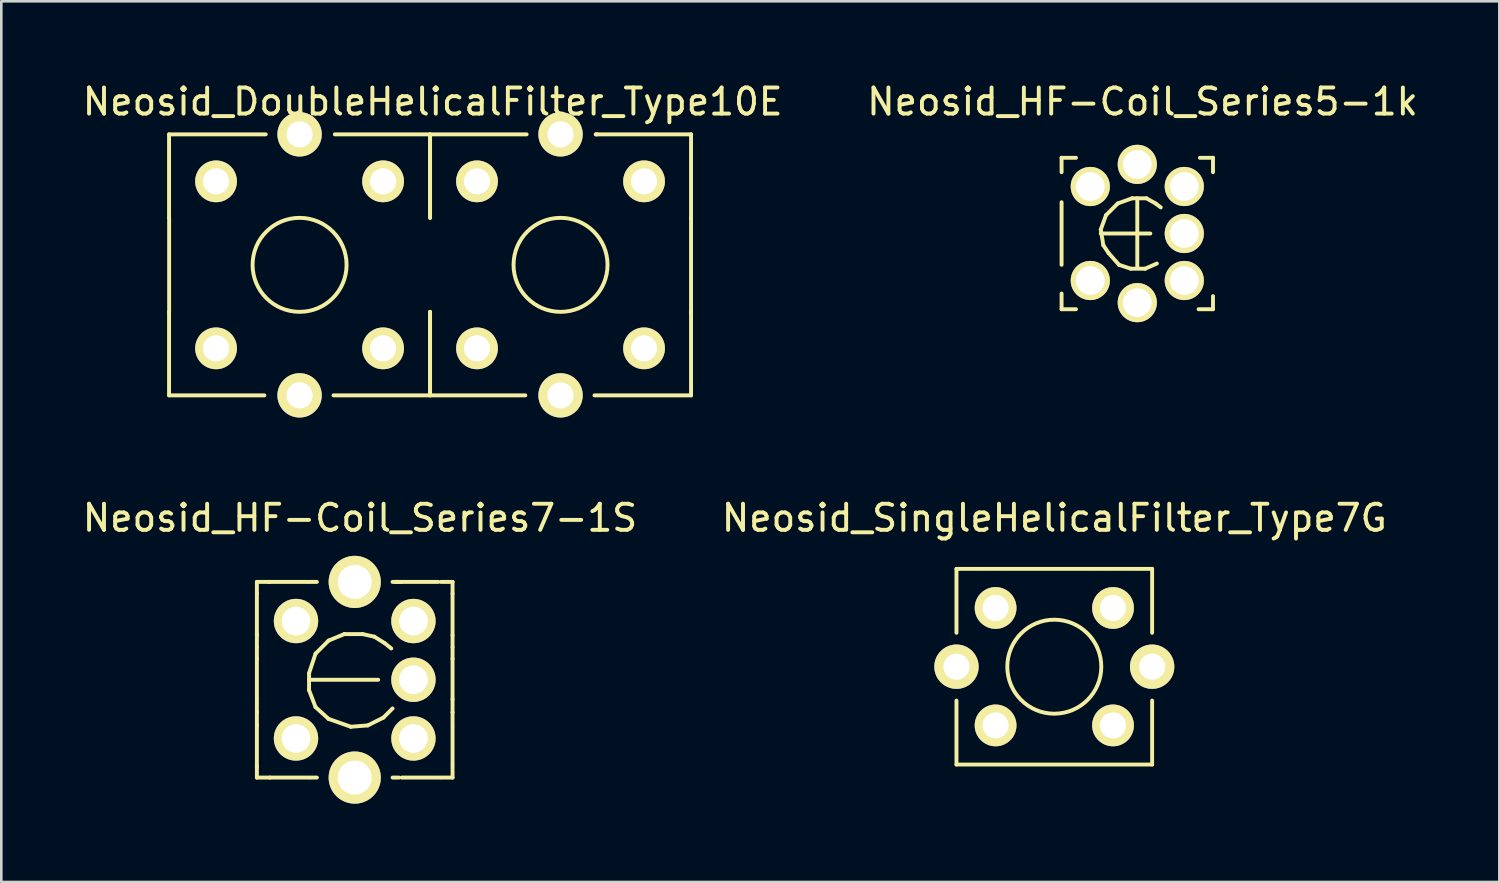
<source format=kicad_pcb>
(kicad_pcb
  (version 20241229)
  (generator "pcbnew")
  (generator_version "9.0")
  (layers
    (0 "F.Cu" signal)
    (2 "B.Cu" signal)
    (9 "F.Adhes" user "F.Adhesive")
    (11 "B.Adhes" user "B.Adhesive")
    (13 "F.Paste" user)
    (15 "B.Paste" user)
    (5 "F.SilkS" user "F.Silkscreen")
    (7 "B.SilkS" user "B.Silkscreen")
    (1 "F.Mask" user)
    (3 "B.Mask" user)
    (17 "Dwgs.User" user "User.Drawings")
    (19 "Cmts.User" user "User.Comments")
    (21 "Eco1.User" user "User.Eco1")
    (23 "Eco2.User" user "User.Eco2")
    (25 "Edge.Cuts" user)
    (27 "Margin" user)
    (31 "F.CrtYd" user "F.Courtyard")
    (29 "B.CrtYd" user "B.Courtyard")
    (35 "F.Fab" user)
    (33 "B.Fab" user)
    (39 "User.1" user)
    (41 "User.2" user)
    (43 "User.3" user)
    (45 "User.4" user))
  (footprint "Neosid_HF-Coil_Series7-1S"
    (layer "F.Cu")
    (at 10.543 22.998)
    (property "Reference" "Neosid_HF-Coil_Series7-1S" (at 0.201 -6.2 0) (layer "F.SilkS") (effects (font (size 1 1) (thickness 0.15))))
    (attr through_hole)
    (fp_line (start -3.749 -3.749) (end -3.749 -3.299) (stroke (width 0.15) (type solid)) (layer "F.SilkS"))
    (fp_line (start -3.749 -3.749) (end -3.251 -3.749) (stroke (width 0.15) (type solid)) (layer "F.SilkS"))
    (fp_line (start -3.749 -3.299) (end -3.749 -1.699) (stroke (width 0.15) (type solid)) (layer "F.SilkS"))
    (fp_line (start -3.749 -1.25) (end -3.749 -1.75) (stroke (width 0.15) (type solid)) (layer "F.SilkS"))
    (fp_line (start -3.749 -1.25) (end -3.749 -0.8) (stroke (width 0.15) (type solid)) (layer "F.SilkS"))
    (fp_line (start -3.749 -0.8) (end -3.749 0.701) (stroke (width 0.15) (type solid)) (layer "F.SilkS"))
    (fp_line (start -3.749 1.25) (end -3.749 0.749) (stroke (width 0.15) (type solid)) (layer "F.SilkS"))
    (fp_line (start -3.749 1.25) (end -3.749 1.75) (stroke (width 0.15) (type solid)) (layer "F.SilkS"))
    (fp_line (start -3.749 1.75) (end -3.749 3.35) (stroke (width 0.15) (type solid)) (layer "F.SilkS"))
    (fp_line (start -3.749 3.749) (end -3.749 3.299) (stroke (width 0.15) (type solid)) (layer "F.SilkS"))
    (fp_line (start -3.749 3.749) (end -3.251 3.749) (stroke (width 0.15) (type solid)) (layer "F.SilkS"))
    (fp_line (start -3.251 3.749) (end -1.75 3.749) (stroke (width 0.15) (type solid)) (layer "F.SilkS"))
    (fp_line (start -1.801 -3.749) (end -3.299 -3.749) (stroke (width 0.15) (type solid)) (layer "F.SilkS"))
    (fp_line (start -1.75 -0.249) (end -1.75 0.399) (stroke (width 0.15) (type solid)) (layer "F.SilkS"))
    (fp_line (start -1.75 0) (end 0.899 0) (stroke (width 0.15) (type solid)) (layer "F.SilkS"))
    (fp_line (start -1.75 0.399) (end -1.501 1.049) (stroke (width 0.15) (type solid)) (layer "F.SilkS"))
    (fp_line (start -1.699 3.749) (end -1.45 3.749) (stroke (width 0.15) (type solid)) (layer "F.SilkS"))
    (fp_line (start -1.501 -1.001) (end -1.75 -0.249) (stroke (width 0.15) (type solid)) (layer "F.SilkS"))
    (fp_line (start -1.501 1.049) (end -1.001 1.501) (stroke (width 0.15) (type solid)) (layer "F.SilkS"))
    (fp_line (start -1.45 -3.749) (end -1.75 -3.749) (stroke (width 0.15) (type solid)) (layer "F.SilkS"))
    (fp_line (start -1.001 -1.501) (end -1.501 -1.001) (stroke (width 0.15) (type solid)) (layer "F.SilkS"))
    (fp_line (start -1.001 1.501) (end -0.15 1.801) (stroke (width 0.15) (type solid)) (layer "F.SilkS"))
    (fp_line (start -0.399 -1.75) (end -1.001 -1.501) (stroke (width 0.15) (type solid)) (layer "F.SilkS"))
    (fp_line (start -0.15 1.801) (end 0.5 1.75) (stroke (width 0.15) (type solid)) (layer "F.SilkS"))
    (fp_line (start 0.3 -1.75) (end -0.399 -1.75) (stroke (width 0.15) (type solid)) (layer "F.SilkS"))
    (fp_line (start 0.5 1.75) (end 1.1 1.45) (stroke (width 0.15) (type solid)) (layer "F.SilkS"))
    (fp_line (start 0.749 -1.651) (end 0.3 -1.75) (stroke (width 0.15) (type solid)) (layer "F.SilkS"))
    (fp_line (start 1.1 1.45) (end 1.45 1.1) (stroke (width 0.15) (type solid)) (layer "F.SilkS"))
    (fp_line (start 1.151 -1.4) (end 0.749 -1.651) (stroke (width 0.15) (type solid)) (layer "F.SilkS"))
    (fp_line (start 1.4 -1.199) (end 1.151 -1.4) (stroke (width 0.15) (type solid)) (layer "F.SilkS"))
    (fp_line (start 1.45 3.749) (end 1.699 3.749) (stroke (width 0.15) (type solid)) (layer "F.SilkS"))
    (fp_line (start 1.549 -3.749) (end 1.651 -3.749) (stroke (width 0.15) (type solid)) (layer "F.SilkS"))
    (fp_line (start 1.651 -3.749) (end 1.801 -3.749) (stroke (width 0.15) (type solid)) (layer "F.SilkS"))
    (fp_line (start 1.699 -3.749) (end 1.448 -3.749) (stroke (width 0.15) (type solid)) (layer "F.SilkS"))
    (fp_line (start 1.801 3.749) (end 3.251 3.749) (stroke (width 0.15) (type solid)) (layer "F.SilkS"))
    (fp_line (start 3.2 -3.749) (end 1.801 -3.749) (stroke (width 0.15) (type solid)) (layer "F.SilkS"))
    (fp_line (start 3.749 -3.749) (end 3.299 -3.749) (stroke (width 0.15) (type solid)) (layer "F.SilkS"))
    (fp_line (start 3.749 -3.749) (end 3.749 -3.299) (stroke (width 0.15) (type solid)) (layer "F.SilkS"))
    (fp_line (start 3.749 -3.299) (end 3.749 -1.699) (stroke (width 0.15) (type solid)) (layer "F.SilkS"))
    (fp_line (start 3.749 -1.25) (end 3.749 -1.699) (stroke (width 0.15) (type solid)) (layer "F.SilkS"))
    (fp_line (start 3.749 -1.25) (end 3.749 -0.8) (stroke (width 0.15) (type solid)) (layer "F.SilkS"))
    (fp_line (start 3.749 0.749) (end 3.749 -0.8) (stroke (width 0.15) (type solid)) (layer "F.SilkS"))
    (fp_line (start 3.749 1.25) (end 3.749 0.749) (stroke (width 0.15) (type solid)) (layer "F.SilkS"))
    (fp_line (start 3.749 1.25) (end 3.749 1.75) (stroke (width 0.15) (type solid)) (layer "F.SilkS"))
    (fp_line (start 3.749 3.251) (end 3.749 1.801) (stroke (width 0.15) (type solid)) (layer "F.SilkS"))
    (fp_line (start 3.749 3.749) (end 3.299 3.749) (stroke (width 0.15) (type solid)) (layer "F.SilkS"))
    (fp_line (start 3.749 3.749) (end 3.749 3.299) (stroke (width 0.15) (type solid)) (layer "F.SilkS"))
    (pad "1" thru_hole circle (at -2.25 -2.25 90) (size 1.699 1.699) (drill 1.1) (layers "*.Cu" "*.Mask" "F.SilkS"))
    (pad "3" thru_hole circle (at -2.25 2.25 90) (size 1.699 1.699) (drill 1.1) (layers "*.Cu" "*.Mask" "F.SilkS"))
    (pad "4" thru_hole circle (at 2.25 2.25 90) (size 1.699 1.699) (drill 1.1) (layers "*.Cu" "*.Mask" "F.SilkS"))
    (pad "5" thru_hole circle (at 2.25 0 90) (size 1.699 1.699) (drill 1.1) (layers "*.Cu" "*.Mask" "F.SilkS"))
    (pad "6" thru_hole circle (at 2.25 -2.25 90) (size 1.699 1.699) (drill 1.1) (layers "*.Cu" "*.Mask" "F.SilkS"))
    (pad "~" thru_hole circle (at 0 -3.749 90) (size 1.999 1.999) (drill 1.3) (layers "*.Cu" "*.Mask" "F.SilkS"))
    (pad "~" thru_hole circle (at 0 3.749 90) (size 1.999 1.999) (drill 1.3) (layers "*.Cu" "*.Mask" "F.SilkS")))
  (footprint "Neosid_DoubleHelicalFilter_Type10E"
    (layer "F.Cu")
    (at 13.431 7.099)
    (property "Reference" "Neosid_DoubleHelicalFilter_Type10E" (at 0.099 -6.251 0) (layer "F.SilkS") (effects (font (size 1 1) (thickness 0.15))))
    (attr through_hole)
    (fp_line (start -10.003 -5.001) (end -10.003 -1.801) (stroke (width 0.15) (type solid)) (layer "F.SilkS"))
    (fp_line (start -10.003 1.801) (end -10.003 5.001) (stroke (width 0.15) (type solid)) (layer "F.SilkS"))
    (fp_line (start -10 -1.801) (end -10 1.801) (stroke (width 0.15) (type solid)) (layer "F.SilkS"))
    (fp_line (start -10 5.001) (end -6.35 5.001) (stroke (width 0.15) (type solid)) (layer "F.SilkS"))
    (fp_line (start -6.299 -5.001) (end -10 -5.001) (stroke (width 0.15) (type solid)) (layer "F.SilkS"))
    (fp_line (start -3.701 5.001) (end 3.65 5.001) (stroke (width 0.15) (type solid)) (layer "F.SilkS"))
    (fp_line (start -0.003 -5.001) (end -0.003 -1.801) (stroke (width 0.15) (type solid)) (layer "F.SilkS"))
    (fp_line (start -0.003 1.801) (end -0.003 5.001) (stroke (width 0.15) (type solid)) (layer "F.SilkS"))
    (fp_line (start 0 -1.801) (end 0 -5.001) (stroke (width 0.15) (type solid)) (layer "F.SilkS"))
    (fp_line (start 0 5.001) (end 0 1.801) (stroke (width 0.15) (type solid)) (layer "F.SilkS"))
    (fp_line (start 3.701 -5.001) (end -3.65 -5.001) (stroke (width 0.15) (type solid)) (layer "F.SilkS"))
    (fp_line (start 6.299 5.001) (end 10 5.001) (stroke (width 0.15) (type solid)) (layer "F.SilkS"))
    (fp_line (start 6.35 -5.001) (end 6.401 -5.001) (stroke (width 0.15) (type solid)) (layer "F.SilkS"))
    (fp_line (start 10 -5.001) (end 6.35 -5.001) (stroke (width 0.15) (type solid)) (layer "F.SilkS"))
    (fp_line (start 10 -1.801) (end 10 -5.001) (stroke (width 0.15) (type solid)) (layer "F.SilkS"))
    (fp_line (start 10 -1.801) (end 10 1.849) (stroke (width 0.15) (type solid)) (layer "F.SilkS"))
    (fp_line (start 10 5.001) (end 10 1.801) (stroke (width 0.15) (type solid)) (layer "F.SilkS"))
    (fp_circle (center -5.001 0) (end -3.2 0) (stroke (width 0.15) (type solid)) (fill no) (layer "F.SilkS"))
    (fp_circle (center 4.999 0) (end 6.8 0) (stroke (width 0.15) (type solid)) (fill no) (layer "F.SilkS"))
    (pad "1" thru_hole circle (at -1.801 3.2 90) (size 1.6 1.6) (drill 1.001) (layers "*.Cu" "*.Mask" "F.SilkS"))
    (pad "2" thru_hole circle (at -1.801 -3.2 90) (size 1.6 1.6) (drill 1.001) (layers "*.Cu" "*.Mask" "F.SilkS"))
    (pad "4" thru_hole circle (at -8.202 -3.2 90) (size 1.6 1.6) (drill 1.001) (layers "*.Cu" "*.Mask" "F.SilkS"))
    (pad "5" thru_hole circle (at -8.202 3.2 90) (size 1.6 1.6) (drill 1.001) (layers "*.Cu" "*.Mask" "F.SilkS"))
    (pad "21" thru_hole circle (at 8.199 3.2 90) (size 1.6 1.6) (drill 1.001) (layers "*.Cu" "*.Mask" "F.SilkS"))
    (pad "22" thru_hole circle (at 8.199 -3.2 90) (size 1.6 1.6) (drill 1.001) (layers "*.Cu" "*.Mask" "F.SilkS"))
    (pad "24" thru_hole circle (at 1.798 -3.2 90) (size 1.6 1.6) (drill 1.001) (layers "*.Cu" "*.Mask" "F.SilkS"))
    (pad "25" thru_hole circle (at 1.798 3.2 90) (size 1.6 1.6) (drill 1.001) (layers "*.Cu" "*.Mask" "F.SilkS"))
    (pad "~" thru_hole circle (at -5.001 -5.001 90) (size 1.699 1.699) (drill 1.001) (layers "*.Cu" "*.Mask" "F.SilkS"))
    (pad "~" thru_hole circle (at -5.001 5.001 90) (size 1.699 1.699) (drill 1.001) (layers "*.Cu" "*.Mask" "F.SilkS"))
    (pad "~" thru_hole circle (at 4.999 -5.001 90) (size 1.699 1.699) (drill 1.001) (layers "*.Cu" "*.Mask" "F.SilkS"))
    (pad "~" thru_hole circle (at 4.999 5.001 90) (size 1.699 1.699) (drill 1.001) (layers "*.Cu" "*.Mask" "F.SilkS")))
  (footprint "Neosid_SingleHelicalFilter_Type7G"
    (layer "F.Cu")
    (at 37.351 22.498)
    (property "Reference" "Neosid_SingleHelicalFilter_Type7G" (at 0 -5.7 0) (layer "F.SilkS") (effects (font (size 1 1) (thickness 0.15))))
    (attr through_hole)
    (fp_line (start -3.749 -3.749) (end -3.749 -1.3) (stroke (width 0.15) (type solid)) (layer "F.SilkS"))
    (fp_line (start -3.749 1.3) (end -3.749 3.749) (stroke (width 0.15) (type solid)) (layer "F.SilkS"))
    (fp_line (start -3.749 3.749) (end 3.749 3.749) (stroke (width 0.15) (type solid)) (layer "F.SilkS"))
    (fp_line (start 3.749 -3.749) (end -3.749 -3.749) (stroke (width 0.15) (type solid)) (layer "F.SilkS"))
    (fp_line (start 3.749 -1.3) (end 3.749 -3.749) (stroke (width 0.15) (type solid)) (layer "F.SilkS"))
    (fp_line (start 3.749 3.749) (end 3.749 1.3) (stroke (width 0.15) (type solid)) (layer "F.SilkS"))
    (fp_circle (center 0 0) (end 1.801 0) (stroke (width 0.15) (type solid)) (fill no) (layer "F.SilkS"))
    (pad "1" thru_hole circle (at 2.25 2.25 90) (size 1.6 1.6) (drill 1.001) (layers "*.Cu" "*.Mask" "F.SilkS"))
    (pad "2" thru_hole circle (at 2.25 -2.25 90) (size 1.6 1.6) (drill 1.001) (layers "*.Cu" "*.Mask" "F.SilkS"))
    (pad "4" thru_hole circle (at -2.25 -2.25 90) (size 1.6 1.6) (drill 1.001) (layers "*.Cu" "*.Mask" "F.SilkS"))
    (pad "5" thru_hole circle (at -2.25 2.25 90) (size 1.6 1.6) (drill 1.001) (layers "*.Cu" "*.Mask" "F.SilkS"))
    (pad "~" thru_hole circle (at -3.749 0 90) (size 1.699 1.699) (drill 1.001) (layers "*.Cu" "*.Mask" "F.SilkS"))
    (pad "~" thru_hole circle (at 3.749 0 90) (size 1.699 1.699) (drill 1.001) (layers "*.Cu" "*.Mask" "F.SilkS")))
  (footprint "Neosid_HF-Coil_Series5-1k"
    (layer "F.Cu")
    (at 40.531 5.898)
    (property "Reference" "Neosid_HF-Coil_Series5-1k" (at 0.201 -5.05 0) (layer "F.SilkS") (effects (font (size 1 1) (thickness 0.15))))
    (attr through_hole)
    (fp_line (start -2.901 -2.901) (end -2.901 -2.349) (stroke (width 0.15) (type solid)) (layer "F.SilkS"))
    (fp_line (start -2.901 -2.901) (end -2.349 -2.901) (stroke (width 0.15) (type solid)) (layer "F.SilkS"))
    (fp_line (start -2.901 1.199) (end -2.901 -1.199) (stroke (width 0.15) (type solid)) (layer "F.SilkS"))
    (fp_line (start -2.901 2.901) (end -2.901 2.301) (stroke (width 0.15) (type solid)) (layer "F.SilkS"))
    (fp_line (start -2.901 2.901) (end -2.349 2.901) (stroke (width 0.15) (type solid)) (layer "F.SilkS"))
    (fp_line (start -1.4 -0.15) (end -1.3 0.45) (stroke (width 0.15) (type solid)) (layer "F.SilkS"))
    (fp_line (start -1.4 0) (end 0.5 0) (stroke (width 0.15) (type solid)) (layer "F.SilkS"))
    (fp_line (start -1.3 0.45) (end -1.1 0.749) (stroke (width 0.15) (type solid)) (layer "F.SilkS"))
    (fp_line (start -1.199 -0.701) (end -1.4 -0.15) (stroke (width 0.15) (type solid)) (layer "F.SilkS"))
    (fp_line (start -1.1 0.749) (end -0.701 1.199) (stroke (width 0.15) (type solid)) (layer "F.SilkS"))
    (fp_line (start -0.749 -1.151) (end -1.199 -0.701) (stroke (width 0.15) (type solid)) (layer "F.SilkS"))
    (fp_line (start -0.701 1.199) (end -0.249 1.349) (stroke (width 0.15) (type solid)) (layer "F.SilkS"))
    (fp_line (start -0.249 1.349) (end 0.3 1.349) (stroke (width 0.15) (type solid)) (layer "F.SilkS"))
    (fp_line (start -0.201 -1.349) (end -0.749 -1.151) (stroke (width 0.15) (type solid)) (layer "F.SilkS"))
    (fp_line (start 0 -1.349) (end 0 1.3) (stroke (width 0.15) (type solid)) (layer "F.SilkS"))
    (fp_line (start 0.3 1.349) (end 0.749 1.151) (stroke (width 0.15) (type solid)) (layer "F.SilkS"))
    (fp_line (start 0.351 -1.349) (end -0.201 -1.349) (stroke (width 0.15) (type solid)) (layer "F.SilkS"))
    (fp_line (start 0.701 -1.151) (end 0.351 -1.349) (stroke (width 0.15) (type solid)) (layer "F.SilkS"))
    (fp_line (start 0.899 -1.001) (end 0.701 -1.151) (stroke (width 0.15) (type solid)) (layer "F.SilkS"))
    (fp_line (start 2.901 -2.901) (end 2.4 -2.901) (stroke (width 0.15) (type solid)) (layer "F.SilkS"))
    (fp_line (start 2.901 -2.901) (end 2.901 -2.349) (stroke (width 0.15) (type solid)) (layer "F.SilkS"))
    (fp_line (start 2.901 2.901) (end 2.349 2.901) (stroke (width 0.15) (type solid)) (layer "F.SilkS"))
    (fp_line (start 2.901 2.901) (end 2.901 2.4) (stroke (width 0.15) (type solid)) (layer "F.SilkS"))
    (pad "1" thru_hole circle (at -1.801 -1.801 90) (size 1.501 1.501) (drill 1.1) (layers "*.Cu" "*.Mask" "F.SilkS"))
    (pad "2" thru_hole circle (at 0 -2.649 90) (size 1.501 1.501) (drill 1.1) (layers "*.Cu" "*.Mask" "F.SilkS"))
    (pad "2" thru_hole circle (at 1.801 -1.801 90) (size 1.501 1.501) (drill 1.1) (layers "*.Cu" "*.Mask" "F.SilkS"))
    (pad "3" thru_hole circle (at 1.801 0 90) (size 1.501 1.501) (drill 1.1) (layers "*.Cu" "*.Mask" "F.SilkS"))
    (pad "4" thru_hole circle (at 1.801 1.801 90) (size 1.501 1.501) (drill 1.1) (layers "*.Cu" "*.Mask" "F.SilkS"))
    (pad "5" thru_hole circle (at 0 2.649 90) (size 1.501 1.501) (drill 1.1) (layers "*.Cu" "*.Mask" "F.SilkS"))
    (pad "6" thru_hole circle (at -1.801 1.801 90) (size 1.501 1.501) (drill 1.1) (layers "*.Cu" "*.Mask" "F.SilkS")))
  (gr_rect
    (start -3 -3)
    (end 54.405 30.747)
    (stroke (width 0.1) (type default))
    (fill no)
    (layer "Edge.Cuts")))
</source>
